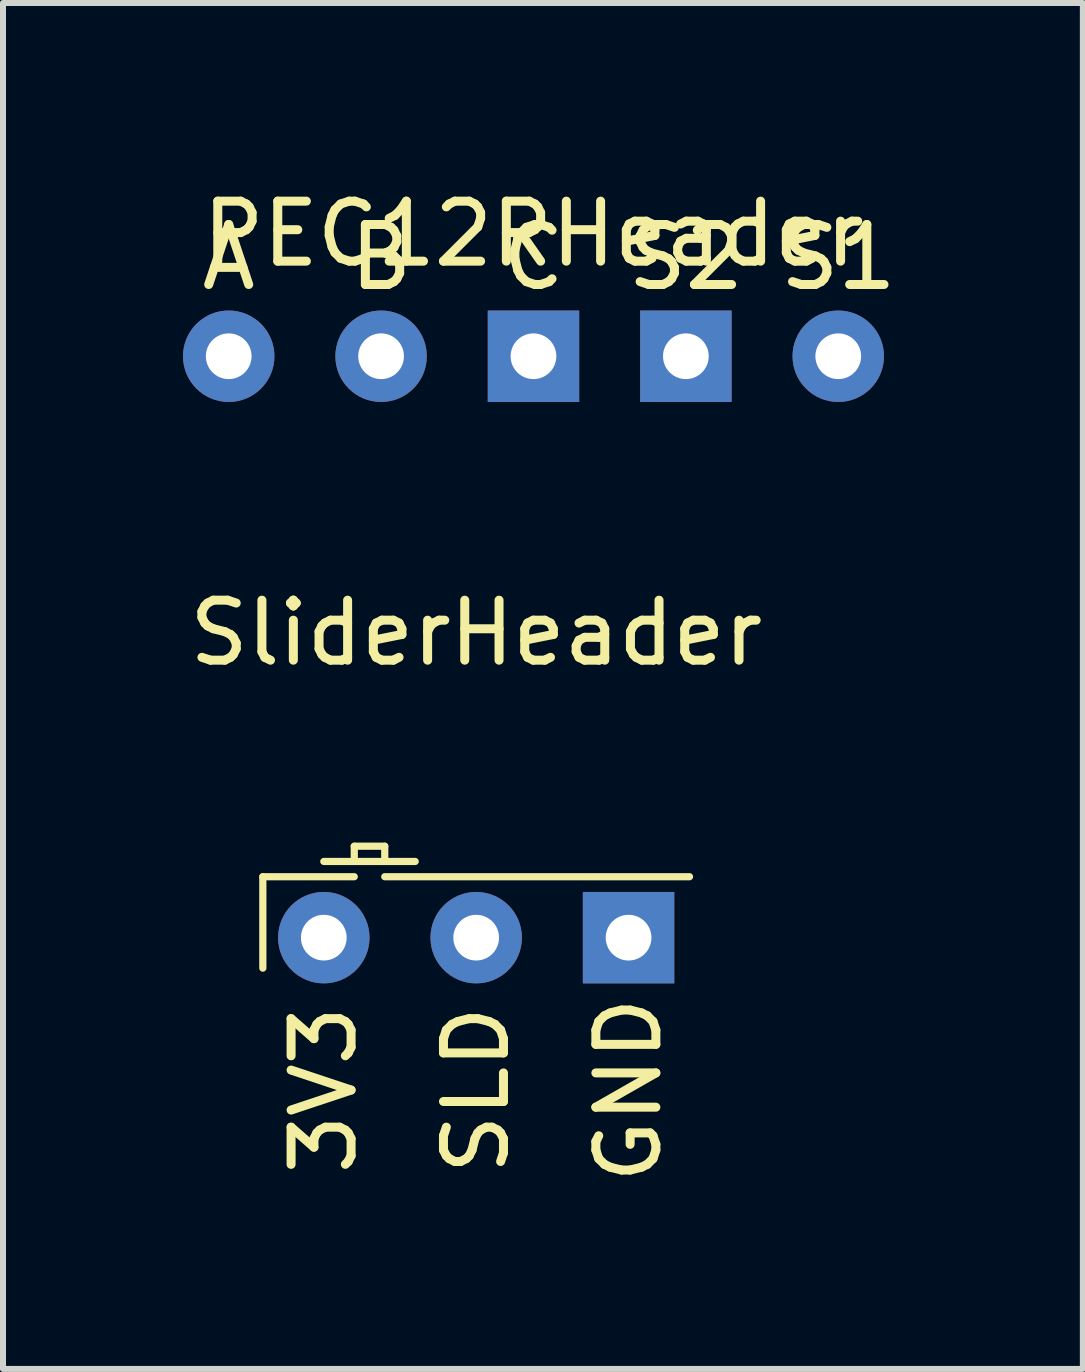
<source format=kicad_pcb>
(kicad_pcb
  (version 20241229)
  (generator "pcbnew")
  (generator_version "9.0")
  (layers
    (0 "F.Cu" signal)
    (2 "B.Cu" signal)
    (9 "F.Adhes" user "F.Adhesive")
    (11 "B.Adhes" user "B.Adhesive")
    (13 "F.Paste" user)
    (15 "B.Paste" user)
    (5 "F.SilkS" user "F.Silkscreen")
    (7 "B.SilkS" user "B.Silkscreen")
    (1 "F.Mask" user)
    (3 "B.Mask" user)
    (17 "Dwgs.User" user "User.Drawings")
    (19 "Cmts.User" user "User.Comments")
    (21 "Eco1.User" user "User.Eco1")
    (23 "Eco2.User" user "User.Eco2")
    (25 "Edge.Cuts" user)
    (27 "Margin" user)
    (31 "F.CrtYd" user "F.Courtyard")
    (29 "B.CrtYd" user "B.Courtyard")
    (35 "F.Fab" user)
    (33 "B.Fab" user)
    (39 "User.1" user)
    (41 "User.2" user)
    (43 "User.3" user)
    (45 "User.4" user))
  (footprint "PEC12RHeader"
    (layer "F.Cu")
    (at 5.842 0.348)
    (property "Reference" "PEC12RHeader" (at 0 0.5 0) (layer "F.SilkS") (effects (font (size 1 1) (thickness 0.15))))
    (attr through_hole)
    (fp_text user "S2" (at 2.54 0.889 0) (layer "F.SilkS") (effects (font (size 1 1) (thickness 0.15))))
    (fp_text user "A" (at -5.08 0.889 0) (layer "F.SilkS") (effects (font (size 1 1) (thickness 0.15))))
    (fp_text user "B" (at -2.54 0.889 0) (layer "F.SilkS") (effects (font (size 1 1) (thickness 0.15))))
    (fp_text user "S1" (at 5.08 0.889 0) (layer "F.SilkS") (effects (font (size 1 1) (thickness 0.15))))
    (fp_text user "C" (at 0 0.889 0) (layer "F.SilkS") (effects (font (size 1 1) (thickness 0.15))))
    (pad "A" thru_hole circle (at -5.08 2.54) (size 1.524 1.524) (drill 0.762) (layers "*.Cu" "*.Mask"))
    (pad "B" thru_hole circle (at -2.54 2.54) (size 1.524 1.524) (drill 0.762) (layers "*.Cu" "*.Mask"))
    (pad "C" thru_hole rect (at 0 2.54) (size 1.524 1.524) (drill 0.762) (layers "*.Cu" "*.Mask"))
    (pad "S1" thru_hole circle (at 5.08 2.54) (size 1.524 1.524) (drill 0.762) (layers "*.Cu" "*.Mask"))
    (pad "S2" thru_hole rect (at 2.54 2.54) (size 1.524 1.524) (drill 0.762) (layers "*.Cu" "*.Mask")))
  (footprint "SliderHeader"
    (layer "F.Cu")
    (at 4.887 12.579)
    (property "Reference" "SliderHeader" (at 0 -5.08 0) (layer "F.SilkS") (effects (font (size 1 1) (thickness 0.15))))
    (attr through_hole)
    (fp_line (start -3.556 -1.016) (end -2.032 -1.016) (stroke (width 0.12) (type solid)) (layer "F.SilkS"))
    (fp_line (start -3.556 0.508) (end -3.556 -1.016) (stroke (width 0.12) (type solid)) (layer "F.SilkS"))
    (fp_line (start -2.54 -1.27) (end -1.016 -1.27) (stroke (width 0.12) (type solid)) (layer "F.SilkS"))
    (fp_line (start -2.032 -1.524) (end -1.524 -1.524) (stroke (width 0.12) (type solid)) (layer "F.SilkS"))
    (fp_line (start -2.032 -1.27) (end -2.032 -1.524) (stroke (width 0.12) (type solid)) (layer "F.SilkS"))
    (fp_line (start -1.524 -1.524) (end -1.524 -1.27) (stroke (width 0.12) (type solid)) (layer "F.SilkS"))
    (fp_line (start -1.524 -1.016) (end 3.556 -1.016) (stroke (width 0.12) (type solid)) (layer "F.SilkS"))
    (fp_text user "SLD" (at 0 2.54 90) (layer "F.SilkS") (effects (font (size 1 1) (thickness 0.15))))
    (fp_text user "3V3" (at -2.54 2.54 90) (layer "F.SilkS") (effects (font (size 1 1) (thickness 0.15))))
    (fp_text user "GND" (at 2.54 2.54 90) (layer "F.SilkS") (effects (font (size 1 1) (thickness 0.15))))
    (pad "1" thru_hole circle (at -2.54 0) (size 1.524 1.524) (drill 0.762) (layers "*.Cu" "*.Mask"))
    (pad "2" thru_hole circle (at 0 0) (size 1.524 1.524) (drill 0.762) (layers "*.Cu" "*.Mask"))
    (pad "3" thru_hole rect (at 2.54 0) (size 1.524 1.524) (drill 0.762) (layers "*.Cu" "*.Mask")))
  (gr_rect
    (start -3 -3)
    (end 14.999 19.767)
    (stroke (width 0.1) (type default))
    (fill no)
    (layer "Edge.Cuts")))
</source>
